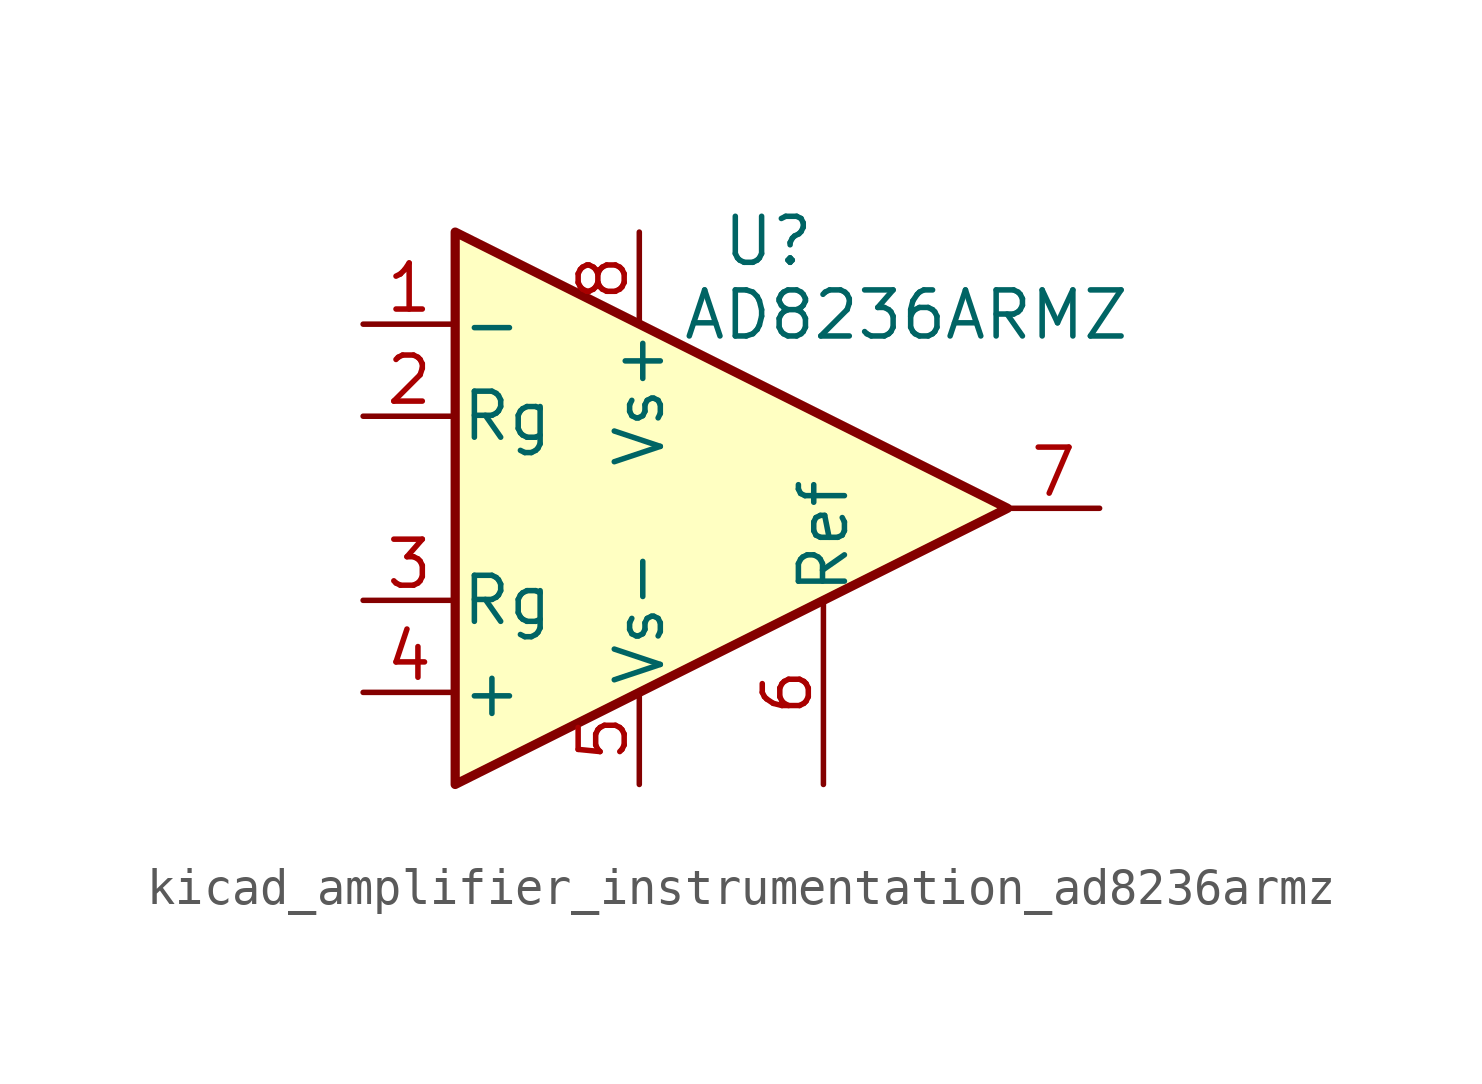
<source format=kicad_sym>
(kicad_symbol_lib
  (version 20220914)
  (generator kicad_symbol_editor)
  (symbol "kicad_amplifier_instrumentation_ad8236armz"
    (pin_names
      (offset 0.127))
    (property "Reference" "U"
      (at 3.556 7.366 0)
      (effects (font (size 1.27 1.27))))
    (property "Value" "AD8236ARMZ"
      (at 7.366 5.334 0)
      (effects (font (size 1.27 1.27))))
    (symbol "kicad_amplifier_instrumentation_ad8236armz_0_1"
      (polyline (pts (xy -5.08 7.62) (xy -5.08 -7.62) (xy 10.16 0) (xy -5.08 7.62)) (stroke (width 0.254) (type default)) (fill (type background))))
    (symbol "kicad_amplifier_instrumentation_ad8236armz_1_1"
      (pin input line (at -7.62 5.08 0) (length 2.54) (name "-" (effects (font (size 1.27 1.27)))) (number "1" (effects (font (size 1.27 1.27)))))
      (pin passive line (at -7.62 2.54 0) (length 2.54) (name "Rg" (effects (font (size 1.27 1.27)))) (number "2" (effects (font (size 1.27 1.27)))))
      (pin passive line (at -7.62 -2.54 0) (length 2.54) (name "Rg" (effects (font (size 1.27 1.27)))) (number "3" (effects (font (size 1.27 1.27)))))
      (pin input line (at -7.62 -5.08 0) (length 2.54) (name "+" (effects (font (size 1.27 1.27)))) (number "4" (effects (font (size 1.27 1.27)))))
      (pin power_in line (at 0 -7.62 90) (length 2.54) (name "Vs-" (effects (font (size 1.27 1.27)))) (number "5" (effects (font (size 1.27 1.27)))))
      (pin passive line (at 5.08 -7.62 90) (length 5.08) (name "Ref" (effects (font (size 1.27 1.27)))) (number "6" (effects (font (size 1.27 1.27)))))
      (pin output line (at 12.7 0 180) (length 2.54) (name "~" (effects (font (size 1.27 1.27)))) (number "7" (effects (font (size 1.27 1.27)))))
      (pin power_in line (at 0 7.62 270) (length 2.54) (name "Vs+" (effects (font (size 1.27 1.27)))) (number "8" (effects (font (size 1.27 1.27))))))))
</source>
